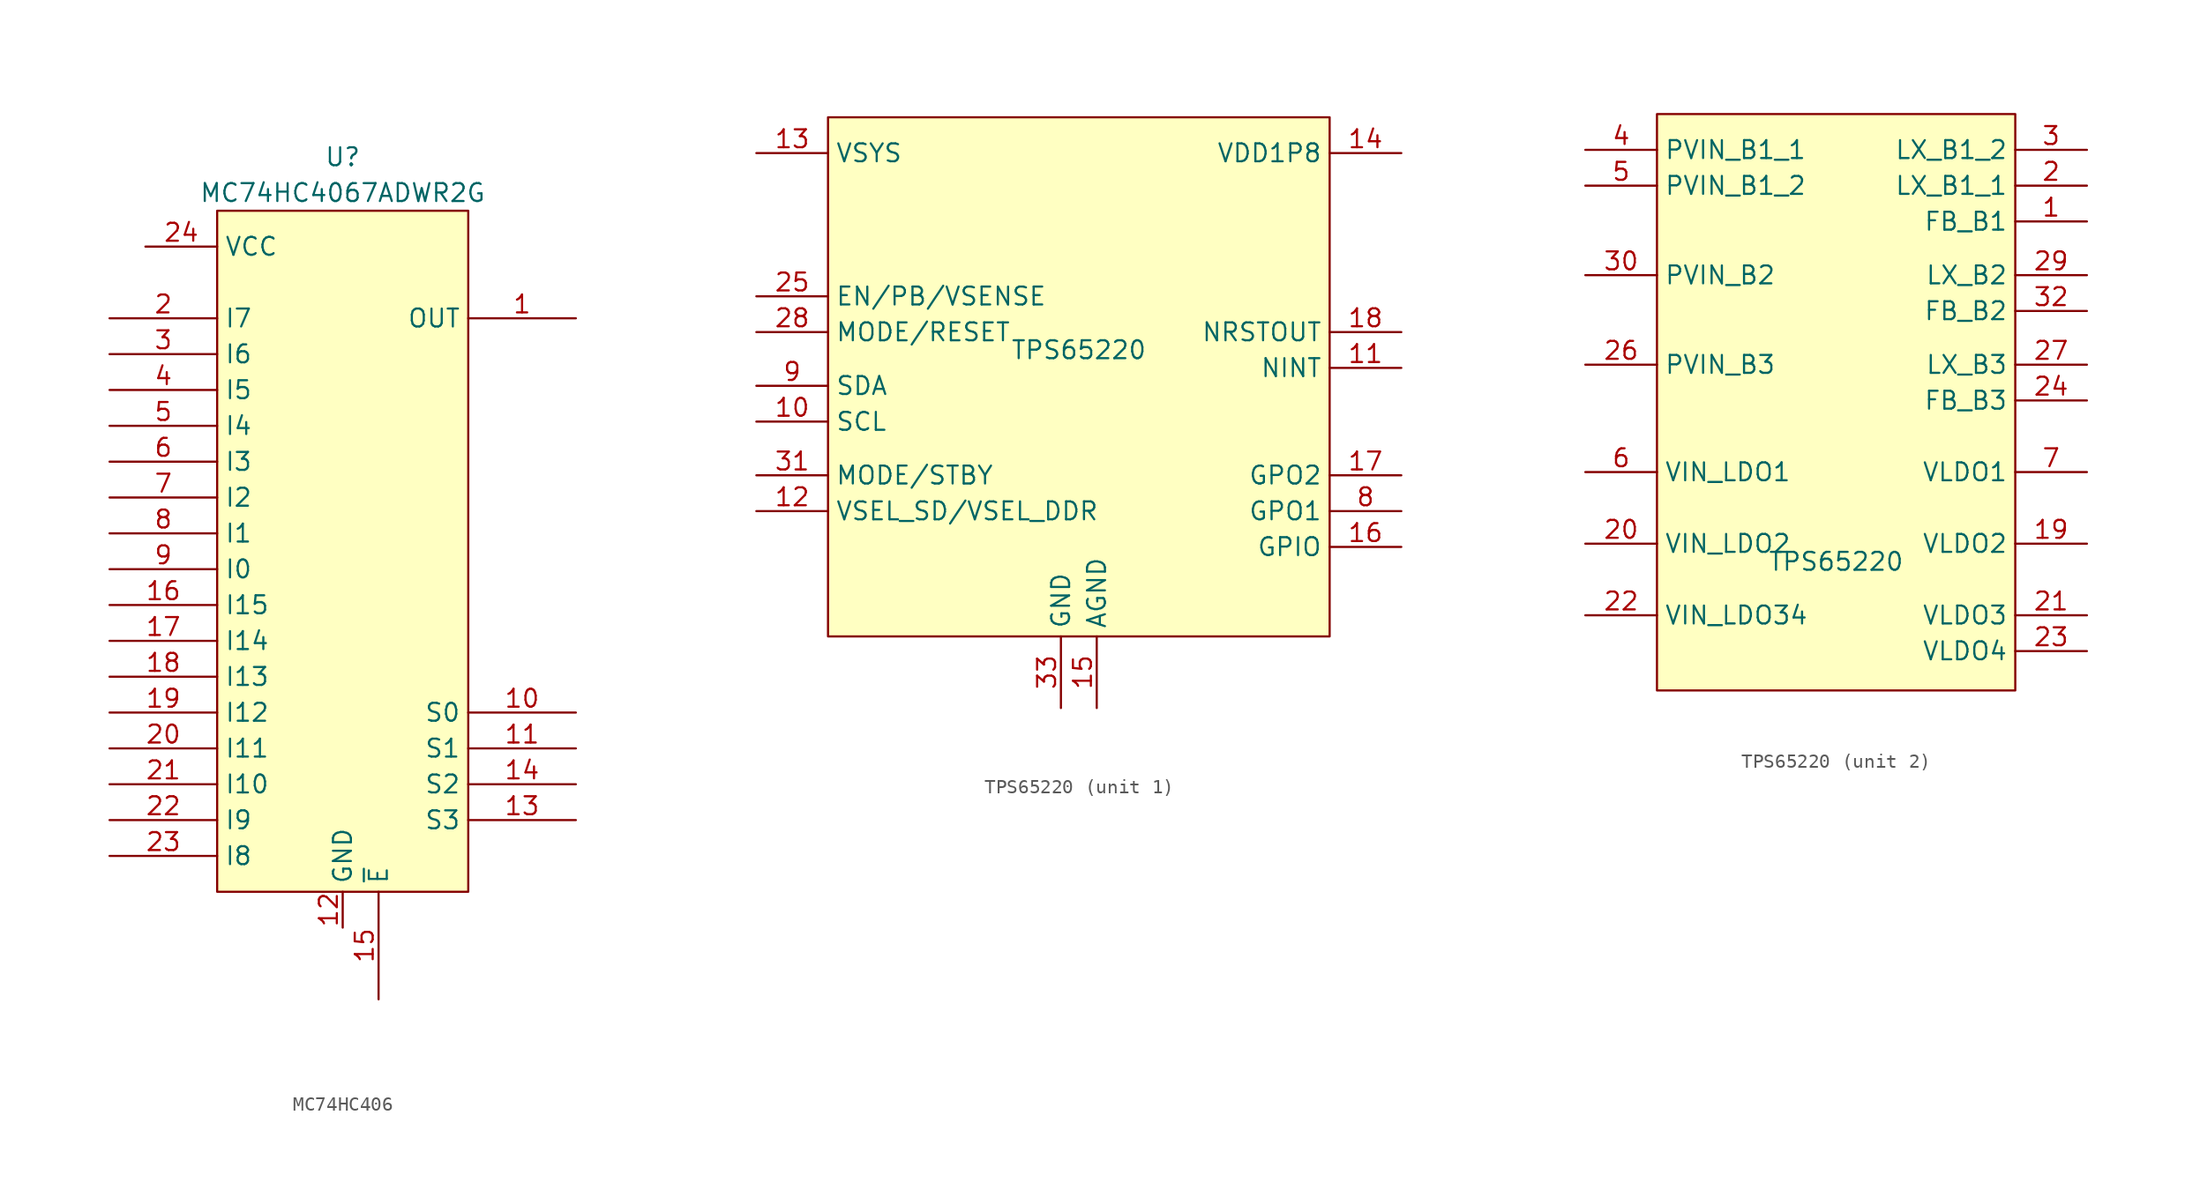
<source format=kicad_sym>
(kicad_symbol_lib
  (version 20241209)
  (generator "kicad_symbol_editor")
  (generator_version "9.0")
  (symbol "MC74HC406"
    (property "Reference" "U"
      (at 0 29.21 0)
      (effects (font (size 1.27 1.27))))
    (property "Value" "MC74HC4067ADWR2G"
      (at 0 26.67 0)
      (effects (font (size 1.27 1.27))))
    (symbol "MC74HC406_0_1"
      (pin input line (at -16.51 17.78 0) (length 7.62) (name "I7" (effects (font (size 1.27 1.27)))) (number "2" (effects (font (size 1.27 1.27)))))
      (pin input line (at -16.51 15.24 0) (length 7.62) (name "I6" (effects (font (size 1.27 1.27)))) (number "3" (effects (font (size 1.27 1.27)))))
      (pin input line (at -16.51 12.7 0) (length 7.62) (name "I5" (effects (font (size 1.27 1.27)))) (number "4" (effects (font (size 1.27 1.27)))))
      (pin input line (at -16.51 10.16 0) (length 7.62) (name "I4" (effects (font (size 1.27 1.27)))) (number "5" (effects (font (size 1.27 1.27)))))
      (pin input line (at -16.51 7.62 0) (length 7.62) (name "I3" (effects (font (size 1.27 1.27)))) (number "6" (effects (font (size 1.27 1.27)))))
      (pin input line (at -16.51 5.08 0) (length 7.62) (name "I2" (effects (font (size 1.27 1.27)))) (number "7" (effects (font (size 1.27 1.27)))))
      (pin input line (at -16.51 2.54 0) (length 7.62) (name "I1" (effects (font (size 1.27 1.27)))) (number "8" (effects (font (size 1.27 1.27)))))
      (pin input line (at -16.51 0 0) (length 7.62) (name "I0" (effects (font (size 1.27 1.27)))) (number "9" (effects (font (size 1.27 1.27)))))
      (pin input line (at -16.51 -2.54 0) (length 7.62) (name "I15" (effects (font (size 1.27 1.27)))) (number "16" (effects (font (size 1.27 1.27)))))
      (pin input line (at -16.51 -5.08 0) (length 7.62) (name "I14" (effects (font (size 1.27 1.27)))) (number "17" (effects (font (size 1.27 1.27)))))
      (pin input line (at -16.51 -7.62 0) (length 7.62) (name "I13" (effects (font (size 1.27 1.27)))) (number "18" (effects (font (size 1.27 1.27)))))
      (pin input line (at -16.51 -10.16 0) (length 7.62) (name "I12" (effects (font (size 1.27 1.27)))) (number "19" (effects (font (size 1.27 1.27)))))
      (pin input line (at -16.51 -12.7 0) (length 7.62) (name "I11" (effects (font (size 1.27 1.27)))) (number "20" (effects (font (size 1.27 1.27)))))
      (pin input line (at -16.51 -15.24 0) (length 7.62) (name "I10" (effects (font (size 1.27 1.27)))) (number "21" (effects (font (size 1.27 1.27)))))
      (pin input line (at -16.51 -17.78 0) (length 7.62) (name "I9" (effects (font (size 1.27 1.27)))) (number "22" (effects (font (size 1.27 1.27)))))
      (pin input line (at -16.51 -20.32 0) (length 7.62) (name "I8" (effects (font (size 1.27 1.27)))) (number "23" (effects (font (size 1.27 1.27))))))
    (symbol "MC74HC406_1_1"
      (rectangle (start -8.89 25.4) (end 8.89 -22.86) (stroke (width 0) (type solid)) (fill (type background)))
      (pin power_in line (at -13.97 22.86 0) (length 5.08) (name "VCC" (effects (font (size 1.27 1.27)))) (number "24" (effects (font (size 1.27 1.27)))))
      (pin power_in line (at 0 -25.4 90) (length 2.54) (name "GND" (effects (font (size 1.27 1.27)))) (number "12" (effects (font (size 1.27 1.27)))))
      (pin input line (at 2.54 -30.48 90) (length 7.62) (name "~{E}" (effects (font (size 1.27 1.27)))) (number "15" (effects (font (size 1.27 1.27)))))
      (pin bidirectional line (at 16.51 17.78 180) (length 7.62) (name "OUT" (effects (font (size 1.27 1.27)))) (number "1" (effects (font (size 1.27 1.27)))))
      (pin input line (at 16.51 -10.16 180) (length 7.62) (name "S0" (effects (font (size 1.27 1.27)))) (number "10" (effects (font (size 1.27 1.27)))))
      (pin input line (at 16.51 -12.7 180) (length 7.62) (name "S1" (effects (font (size 1.27 1.27)))) (number "11" (effects (font (size 1.27 1.27)))))
      (pin input line (at 16.51 -15.24 180) (length 7.62) (name "S2" (effects (font (size 1.27 1.27)))) (number "14" (effects (font (size 1.27 1.27)))))
      (pin input line (at 16.51 -17.78 180) (length 7.62) (name "S3" (effects (font (size 1.27 1.27)))) (number "13" (effects (font (size 1.27 1.27)))))))
  (symbol "TPS65220"
    (property "Reference" "U"
      (at -17.018 18.034 0)
      (effects (font (size 1.27 1.27)) (hide yes)))
    (property "Value" "TPS65220"
      (at 0 0 0)
      (effects (font (size 1.27 1.27))))
    (symbol "TPS65220_1_0"
      (pin power_in line (at -22.86 13.97 0) (length 5.08) (name "VSYS" (effects (font (size 1.27 1.27)))) (number "13" (effects (font (size 1.27 1.27)))))
      (pin input line (at -22.86 3.81 0) (length 5.08) (name "EN/PB/VSENSE" (effects (font (size 1.27 1.27)))) (number "25" (effects (font (size 1.27 1.27)))))
      (pin input line (at -22.86 1.27 0) (length 5.08) (name "MODE/RESET" (effects (font (size 1.27 1.27)))) (number "28" (effects (font (size 1.27 1.27)))))
      (pin passive line (at -22.86 -2.54 0) (length 5.08) (name "SDA" (effects (font (size 1.27 1.27)))) (number "9" (effects (font (size 1.27 1.27)))))
      (pin passive line (at -22.86 -5.08 0) (length 5.08) (name "SCL" (effects (font (size 1.27 1.27)))) (number "10" (effects (font (size 1.27 1.27)))))
      (pin input line (at -22.86 -8.89 0) (length 5.08) (name "MODE/STBY" (effects (font (size 1.27 1.27)))) (number "31" (effects (font (size 1.27 1.27)))))
      (pin input line (at -22.86 -11.43 0) (length 5.08) (name "VSEL_SD/VSEL_DDR" (effects (font (size 1.27 1.27)))) (number "12" (effects (font (size 1.27 1.27)))))
      (pin power_in line (at -1.27 -25.4 90) (length 5.08) (name "GND" (effects (font (size 1.27 1.27)))) (number "33" (effects (font (size 1.27 1.27)))))
      (pin power_in line (at 1.27 -25.4 90) (length 5.08) (name "AGND" (effects (font (size 1.27 1.27)))) (number "15" (effects (font (size 1.27 1.27)))))
      (pin power_out line (at 22.86 13.97 180) (length 5.08) (name "VDD1P8" (effects (font (size 1.27 1.27)))) (number "14" (effects (font (size 1.27 1.27)))))
      (pin output line (at 22.86 1.27 180) (length 5.08) (name "NRSTOUT" (effects (font (size 1.27 1.27)))) (number "18" (effects (font (size 1.27 1.27)))))
      (pin output line (at 22.86 -1.27 180) (length 5.08) (name "NINT" (effects (font (size 1.27 1.27)))) (number "11" (effects (font (size 1.27 1.27)))))
      (pin output line (at 22.86 -8.89 180) (length 5.08) (name "GPO2" (effects (font (size 1.27 1.27)))) (number "17" (effects (font (size 1.27 1.27)))))
      (pin output line (at 22.86 -11.43 180) (length 5.08) (name "GPO1" (effects (font (size 1.27 1.27)))) (number "8" (effects (font (size 1.27 1.27)))))
      (pin output line (at 22.86 -13.97 180) (length 5.08) (name "GPIO" (effects (font (size 1.27 1.27)))) (number "16" (effects (font (size 1.27 1.27))))))
    (symbol "TPS65220_1_1"
      (polyline (pts (xy -17.78 16.51) (xy 17.78 16.51) (xy 17.78 -20.32) (xy -17.78 -20.32) (xy -17.78 16.51)) (stroke (width 0.152) (type solid)) (fill (type background))))
    (symbol "TPS65220_2_0"
      (pin power_in line (at -17.78 29.21 0) (length 5.08) (name "PVIN_B1_1" (effects (font (size 1.27 1.27)))) (number "4" (effects (font (size 1.27 1.27)))))
      (pin power_in line (at -17.78 26.67 0) (length 5.08) (name "PVIN_B1_2" (effects (font (size 1.27 1.27)))) (number "5" (effects (font (size 1.27 1.27)))))
      (pin power_in line (at -17.78 20.32 0) (length 5.08) (name "PVIN_B2" (effects (font (size 1.27 1.27)))) (number "30" (effects (font (size 1.27 1.27)))))
      (pin power_in line (at -17.78 13.97 0) (length 5.08) (name "PVIN_B3" (effects (font (size 1.27 1.27)))) (number "26" (effects (font (size 1.27 1.27)))))
      (pin power_in line (at -17.78 6.35 0) (length 5.08) (name "VIN_LDO1" (effects (font (size 1.27 1.27)))) (number "6" (effects (font (size 1.27 1.27)))))
      (pin power_in line (at -17.78 1.27 0) (length 5.08) (name "VIN_LDO2" (effects (font (size 1.27 1.27)))) (number "20" (effects (font (size 1.27 1.27)))))
      (pin power_in line (at -17.78 -3.81 0) (length 5.08) (name "VIN_LDO34" (effects (font (size 1.27 1.27)))) (number "22" (effects (font (size 1.27 1.27)))))
      (pin power_out line (at 17.78 29.21 180) (length 5.08) (name "LX_B1_2" (effects (font (size 1.27 1.27)))) (number "3" (effects (font (size 1.27 1.27)))))
      (pin power_out line (at 17.78 26.67 180) (length 5.08) (name "LX_B1_1" (effects (font (size 1.27 1.27)))) (number "2" (effects (font (size 1.27 1.27)))))
      (pin input line (at 17.78 24.13 180) (length 5.08) (name "FB_B1" (effects (font (size 1.27 1.27)))) (number "1" (effects (font (size 1.27 1.27)))))
      (pin power_out line (at 17.78 20.32 180) (length 5.08) (name "LX_B2" (effects (font (size 1.27 1.27)))) (number "29" (effects (font (size 1.27 1.27)))))
      (pin input line (at 17.78 17.78 180) (length 5.08) (name "FB_B2" (effects (font (size 1.27 1.27)))) (number "32" (effects (font (size 1.27 1.27)))))
      (pin power_out line (at 17.78 13.97 180) (length 5.08) (name "LX_B3" (effects (font (size 1.27 1.27)))) (number "27" (effects (font (size 1.27 1.27)))))
      (pin input line (at 17.78 11.43 180) (length 5.08) (name "FB_B3" (effects (font (size 1.27 1.27)))) (number "24" (effects (font (size 1.27 1.27)))))
      (pin power_out line (at 17.78 6.35 180) (length 5.08) (name "VLDO1" (effects (font (size 1.27 1.27)))) (number "7" (effects (font (size 1.27 1.27)))))
      (pin power_out line (at 17.78 1.27 180) (length 5.08) (name "VLDO2" (effects (font (size 1.27 1.27)))) (number "19" (effects (font (size 1.27 1.27)))))
      (pin power_out line (at 17.78 -3.81 180) (length 5.08) (name "VLDO3" (effects (font (size 1.27 1.27)))) (number "21" (effects (font (size 1.27 1.27)))))
      (pin power_out line (at 17.78 -6.35 180) (length 5.08) (name "VLDO4" (effects (font (size 1.27 1.27)))) (number "23" (effects (font (size 1.27 1.27))))))
    (symbol "TPS65220_2_1"
      (rectangle (start -12.7 31.75) (end 12.7 -9.144) (stroke (width 0) (type solid)) (fill (type background))))))
</source>
